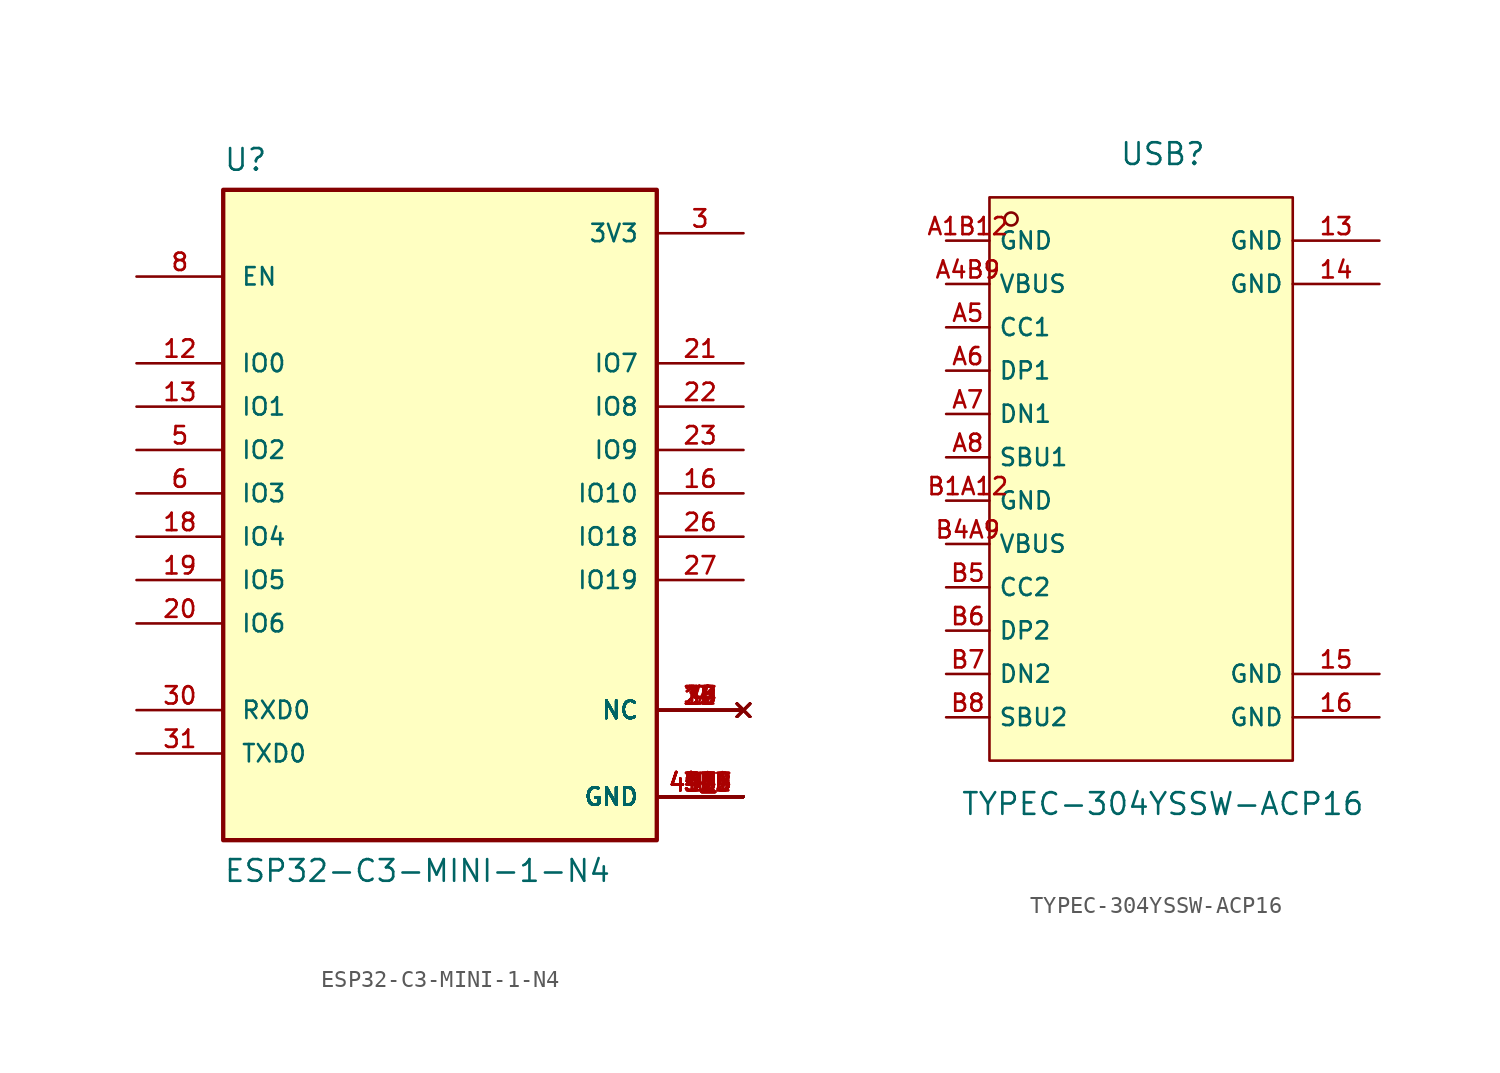
<source format=kicad_sym>
(kicad_symbol_lib
  (version 20220914)
  (generator kicad_symbol_editor)
  (symbol "ESP32-C3-MINI-1-N4"
    (pin_names
      (offset 1.016))
    (property "Reference" "U"
      (at -12.7 18.796 0)
      (effects (font (size 1.27 1.27)) (justify left bottom)))
    (property "Value" "ESP32-C3-MINI-1-N4"
      (at -12.7 -22.86 0)
      (effects (font (size 1.27 1.27)) (justify left bottom)))
    (symbol "ESP32-C3-MINI-1-N4_0_0"
      (rectangle (start -12.7 -20.32) (end 12.7 17.78) (stroke (width 0.254) (type default)) (fill (type background)))
      (pin power_in line (at 17.78 -17.78 180) (length 5.08) (name "GND" (effects (font (size 1.016 1.016)))) (number "1" (effects (font (size 1.016 1.016)))))
      (pin no_connect line (at 17.78 -12.7 180) (length 5.08) (name "NC" (effects (font (size 1.016 1.016)))) (number "10" (effects (font (size 1.016 1.016)))))
      (pin power_in line (at 17.78 -17.78 180) (length 5.08) (name "GND" (effects (font (size 1.016 1.016)))) (number "11" (effects (font (size 1.016 1.016)))))
      (pin bidirectional line (at -17.78 7.62 0) (length 5.08) (name "IO0" (effects (font (size 1.016 1.016)))) (number "12" (effects (font (size 1.016 1.016)))))
      (pin bidirectional line (at -17.78 5.08 0) (length 5.08) (name "IO1" (effects (font (size 1.016 1.016)))) (number "13" (effects (font (size 1.016 1.016)))))
      (pin power_in line (at 17.78 -17.78 180) (length 5.08) (name "GND" (effects (font (size 1.016 1.016)))) (number "14" (effects (font (size 1.016 1.016)))))
      (pin no_connect line (at 17.78 -12.7 180) (length 5.08) (name "NC" (effects (font (size 1.016 1.016)))) (number "15" (effects (font (size 1.016 1.016)))))
      (pin bidirectional line (at 17.78 0 180) (length 5.08) (name "IO10" (effects (font (size 1.016 1.016)))) (number "16" (effects (font (size 1.016 1.016)))))
      (pin no_connect line (at 17.78 -12.7 180) (length 5.08) (name "NC" (effects (font (size 1.016 1.016)))) (number "17" (effects (font (size 1.016 1.016)))))
      (pin bidirectional line (at -17.78 -2.54 0) (length 5.08) (name "IO4" (effects (font (size 1.016 1.016)))) (number "18" (effects (font (size 1.016 1.016)))))
      (pin bidirectional line (at -17.78 -5.08 0) (length 5.08) (name "IO5" (effects (font (size 1.016 1.016)))) (number "19" (effects (font (size 1.016 1.016)))))
      (pin power_in line (at 17.78 -17.78 180) (length 5.08) (name "GND" (effects (font (size 1.016 1.016)))) (number "2" (effects (font (size 1.016 1.016)))))
      (pin bidirectional line (at -17.78 -7.62 0) (length 5.08) (name "IO6" (effects (font (size 1.016 1.016)))) (number "20" (effects (font (size 1.016 1.016)))))
      (pin bidirectional line (at 17.78 7.62 180) (length 5.08) (name "IO7" (effects (font (size 1.016 1.016)))) (number "21" (effects (font (size 1.016 1.016)))))
      (pin bidirectional line (at 17.78 5.08 180) (length 5.08) (name "IO8" (effects (font (size 1.016 1.016)))) (number "22" (effects (font (size 1.016 1.016)))))
      (pin bidirectional line (at 17.78 2.54 180) (length 5.08) (name "IO9" (effects (font (size 1.016 1.016)))) (number "23" (effects (font (size 1.016 1.016)))))
      (pin no_connect line (at 17.78 -12.7 180) (length 5.08) (name "NC" (effects (font (size 1.016 1.016)))) (number "24" (effects (font (size 1.016 1.016)))))
      (pin no_connect line (at 17.78 -12.7 180) (length 5.08) (name "NC" (effects (font (size 1.016 1.016)))) (number "25" (effects (font (size 1.016 1.016)))))
      (pin bidirectional line (at 17.78 -2.54 180) (length 5.08) (name "IO18" (effects (font (size 1.016 1.016)))) (number "26" (effects (font (size 1.016 1.016)))))
      (pin bidirectional line (at 17.78 -5.08 180) (length 5.08) (name "IO19" (effects (font (size 1.016 1.016)))) (number "27" (effects (font (size 1.016 1.016)))))
      (pin no_connect line (at 17.78 -12.7 180) (length 5.08) (name "NC" (effects (font (size 1.016 1.016)))) (number "28" (effects (font (size 1.016 1.016)))))
      (pin no_connect line (at 17.78 -12.7 180) (length 5.08) (name "NC" (effects (font (size 1.016 1.016)))) (number "29" (effects (font (size 1.016 1.016)))))
      (pin power_in line (at 17.78 15.24 180) (length 5.08) (name "3V3" (effects (font (size 1.016 1.016)))) (number "3" (effects (font (size 1.016 1.016)))))
      (pin bidirectional line (at -17.78 -12.7 0) (length 5.08) (name "RXD0" (effects (font (size 1.016 1.016)))) (number "30" (effects (font (size 1.016 1.016)))))
      (pin bidirectional line (at -17.78 -15.24 0) (length 5.08) (name "TXD0" (effects (font (size 1.016 1.016)))) (number "31" (effects (font (size 1.016 1.016)))))
      (pin no_connect line (at 17.78 -12.7 180) (length 5.08) (name "NC" (effects (font (size 1.016 1.016)))) (number "32" (effects (font (size 1.016 1.016)))))
      (pin no_connect line (at 17.78 -12.7 180) (length 5.08) (name "NC" (effects (font (size 1.016 1.016)))) (number "33" (effects (font (size 1.016 1.016)))))
      (pin no_connect line (at 17.78 -12.7 180) (length 5.08) (name "NC" (effects (font (size 1.016 1.016)))) (number "34" (effects (font (size 1.016 1.016)))))
      (pin no_connect line (at 17.78 -12.7 180) (length 5.08) (name "NC" (effects (font (size 1.016 1.016)))) (number "35" (effects (font (size 1.016 1.016)))))
      (pin power_in line (at 17.78 -17.78 180) (length 5.08) (name "GND" (effects (font (size 1.016 1.016)))) (number "36" (effects (font (size 1.016 1.016)))))
      (pin power_in line (at 17.78 -17.78 180) (length 5.08) (name "GND" (effects (font (size 1.016 1.016)))) (number "37" (effects (font (size 1.016 1.016)))))
      (pin power_in line (at 17.78 -17.78 180) (length 5.08) (name "GND" (effects (font (size 1.016 1.016)))) (number "38" (effects (font (size 1.016 1.016)))))
      (pin power_in line (at 17.78 -17.78 180) (length 5.08) (name "GND" (effects (font (size 1.016 1.016)))) (number "39" (effects (font (size 1.016 1.016)))))
      (pin no_connect line (at 17.78 -12.7 180) (length 5.08) (name "NC" (effects (font (size 1.016 1.016)))) (number "4" (effects (font (size 1.016 1.016)))))
      (pin power_in line (at 17.78 -17.78 180) (length 5.08) (name "GND" (effects (font (size 1.016 1.016)))) (number "40" (effects (font (size 1.016 1.016)))))
      (pin power_in line (at 17.78 -17.78 180) (length 5.08) (name "GND" (effects (font (size 1.016 1.016)))) (number "41" (effects (font (size 1.016 1.016)))))
      (pin power_in line (at 17.78 -17.78 180) (length 5.08) (name "GND" (effects (font (size 1.016 1.016)))) (number "42" (effects (font (size 1.016 1.016)))))
      (pin power_in line (at 17.78 -17.78 180) (length 5.08) (name "GND" (effects (font (size 1.016 1.016)))) (number "43" (effects (font (size 1.016 1.016)))))
      (pin power_in line (at 17.78 -17.78 180) (length 5.08) (name "GND" (effects (font (size 1.016 1.016)))) (number "44" (effects (font (size 1.016 1.016)))))
      (pin power_in line (at 17.78 -17.78 180) (length 5.08) (name "GND" (effects (font (size 1.016 1.016)))) (number "45" (effects (font (size 1.016 1.016)))))
      (pin power_in line (at 17.78 -17.78 180) (length 5.08) (name "GND" (effects (font (size 1.016 1.016)))) (number "46" (effects (font (size 1.016 1.016)))))
      (pin power_in line (at 17.78 -17.78 180) (length 5.08) (name "GND" (effects (font (size 1.016 1.016)))) (number "47" (effects (font (size 1.016 1.016)))))
      (pin power_in line (at 17.78 -17.78 180) (length 5.08) (name "GND" (effects (font (size 1.016 1.016)))) (number "48" (effects (font (size 1.016 1.016)))))
      (pin power_in line (at 17.78 -17.78 180) (length 5.08) (name "GND" (effects (font (size 1.016 1.016)))) (number "49_1" (effects (font (size 1.016 1.016)))))
      (pin power_in line (at 17.78 -17.78 180) (length 5.08) (name "GND" (effects (font (size 1.016 1.016)))) (number "49_2" (effects (font (size 1.016 1.016)))))
      (pin power_in line (at 17.78 -17.78 180) (length 5.08) (name "GND" (effects (font (size 1.016 1.016)))) (number "49_3" (effects (font (size 1.016 1.016)))))
      (pin power_in line (at 17.78 -17.78 180) (length 5.08) (name "GND" (effects (font (size 1.016 1.016)))) (number "49_4" (effects (font (size 1.016 1.016)))))
      (pin power_in line (at 17.78 -17.78 180) (length 5.08) (name "GND" (effects (font (size 1.016 1.016)))) (number "49_5" (effects (font (size 1.016 1.016)))))
      (pin power_in line (at 17.78 -17.78 180) (length 5.08) (name "GND" (effects (font (size 1.016 1.016)))) (number "49_6" (effects (font (size 1.016 1.016)))))
      (pin power_in line (at 17.78 -17.78 180) (length 5.08) (name "GND" (effects (font (size 1.016 1.016)))) (number "49_7" (effects (font (size 1.016 1.016)))))
      (pin power_in line (at 17.78 -17.78 180) (length 5.08) (name "GND" (effects (font (size 1.016 1.016)))) (number "49_8" (effects (font (size 1.016 1.016)))))
      (pin power_in line (at 17.78 -17.78 180) (length 5.08) (name "GND" (effects (font (size 1.016 1.016)))) (number "49_9" (effects (font (size 1.016 1.016)))))
      (pin bidirectional line (at -17.78 2.54 0) (length 5.08) (name "IO2" (effects (font (size 1.016 1.016)))) (number "5" (effects (font (size 1.016 1.016)))))
      (pin power_in line (at 17.78 -17.78 180) (length 5.08) (name "GND" (effects (font (size 1.016 1.016)))) (number "50" (effects (font (size 1.016 1.016)))))
      (pin power_in line (at 17.78 -17.78 180) (length 5.08) (name "GND" (effects (font (size 1.016 1.016)))) (number "51" (effects (font (size 1.016 1.016)))))
      (pin power_in line (at 17.78 -17.78 180) (length 5.08) (name "GND" (effects (font (size 1.016 1.016)))) (number "52" (effects (font (size 1.016 1.016)))))
      (pin power_in line (at 17.78 -17.78 180) (length 5.08) (name "GND" (effects (font (size 1.016 1.016)))) (number "53" (effects (font (size 1.016 1.016)))))
      (pin bidirectional line (at -17.78 0 0) (length 5.08) (name "IO3" (effects (font (size 1.016 1.016)))) (number "6" (effects (font (size 1.016 1.016)))))
      (pin no_connect line (at 17.78 -12.7 180) (length 5.08) (name "NC" (effects (font (size 1.016 1.016)))) (number "7" (effects (font (size 1.016 1.016)))))
      (pin input line (at -17.78 12.7 0) (length 5.08) (name "EN" (effects (font (size 1.016 1.016)))) (number "8" (effects (font (size 1.016 1.016)))))
      (pin no_connect line (at 17.78 -12.7 180) (length 5.08) (name "NC" (effects (font (size 1.016 1.016)))) (number "9" (effects (font (size 1.016 1.016)))))))
  (symbol "TYPEC-304YSSW-ACP16"
    (property "Reference" "USB"
      (at 0 17.78 0)
      (effects (font (size 1.27 1.27))))
    (property "Value" "TYPEC-304YSSW-ACP16"
      (at 0 -20.32 0)
      (effects (font (size 1.27 1.27))))
    (symbol "TYPEC-304YSSW-ACP16_0_1"
      (rectangle (start -10.16 15.24) (end 7.62 -17.78) (stroke (width 0) (type default)) (fill (type background)))
      (circle (center -8.89 13.97) (radius 0.38) (stroke (width 0) (type default)) (fill (type none)))
      (pin unspecified line (at 12.7 12.7 180) (length 5.08) (name "GND" (effects (font (size 1 1)))) (number "13" (effects (font (size 1 1)))))
      (pin unspecified line (at 12.7 10.16 180) (length 5.08) (name "GND" (effects (font (size 1 1)))) (number "14" (effects (font (size 1 1)))))
      (pin unspecified line (at 12.7 -12.7 180) (length 5.08) (name "GND" (effects (font (size 1 1)))) (number "15" (effects (font (size 1 1)))))
      (pin unspecified line (at 12.7 -15.24 180) (length 5.08) (name "GND" (effects (font (size 1 1)))) (number "16" (effects (font (size 1 1)))))
      (pin unspecified line (at -12.7 12.7 0) (length 2.54) (name "GND" (effects (font (size 1 1)))) (number "A1B12" (effects (font (size 1 1)))))
      (pin unspecified line (at -12.7 10.16 0) (length 2.54) (name "VBUS" (effects (font (size 1 1)))) (number "A4B9" (effects (font (size 1 1)))))
      (pin unspecified line (at -12.7 7.62 0) (length 2.54) (name "CC1" (effects (font (size 1 1)))) (number "A5" (effects (font (size 1 1)))))
      (pin unspecified line (at -12.7 5.08 0) (length 2.54) (name "DP1" (effects (font (size 1 1)))) (number "A6" (effects (font (size 1 1)))))
      (pin unspecified line (at -12.7 2.54 0) (length 2.54) (name "DN1" (effects (font (size 1 1)))) (number "A7" (effects (font (size 1 1)))))
      (pin unspecified line (at -12.7 0 0) (length 2.54) (name "SBU1" (effects (font (size 1 1)))) (number "A8" (effects (font (size 1 1)))))
      (pin unspecified line (at -12.7 -2.54 0) (length 2.54) (name "GND" (effects (font (size 1 1)))) (number "B1A12" (effects (font (size 1 1)))))
      (pin unspecified line (at -12.7 -5.08 0) (length 2.54) (name "VBUS" (effects (font (size 1 1)))) (number "B4A9" (effects (font (size 1 1)))))
      (pin unspecified line (at -12.7 -7.62 0) (length 2.54) (name "CC2" (effects (font (size 1 1)))) (number "B5" (effects (font (size 1 1)))))
      (pin unspecified line (at -12.7 -10.16 0) (length 2.54) (name "DP2" (effects (font (size 1 1)))) (number "B6" (effects (font (size 1 1)))))
      (pin unspecified line (at -12.7 -12.7 0) (length 2.54) (name "DN2" (effects (font (size 1 1)))) (number "B7" (effects (font (size 1 1)))))
      (pin unspecified line (at -12.7 -15.24 0) (length 2.54) (name "SBU2" (effects (font (size 1 1)))) (number "B8" (effects (font (size 1 1))))))))
</source>
